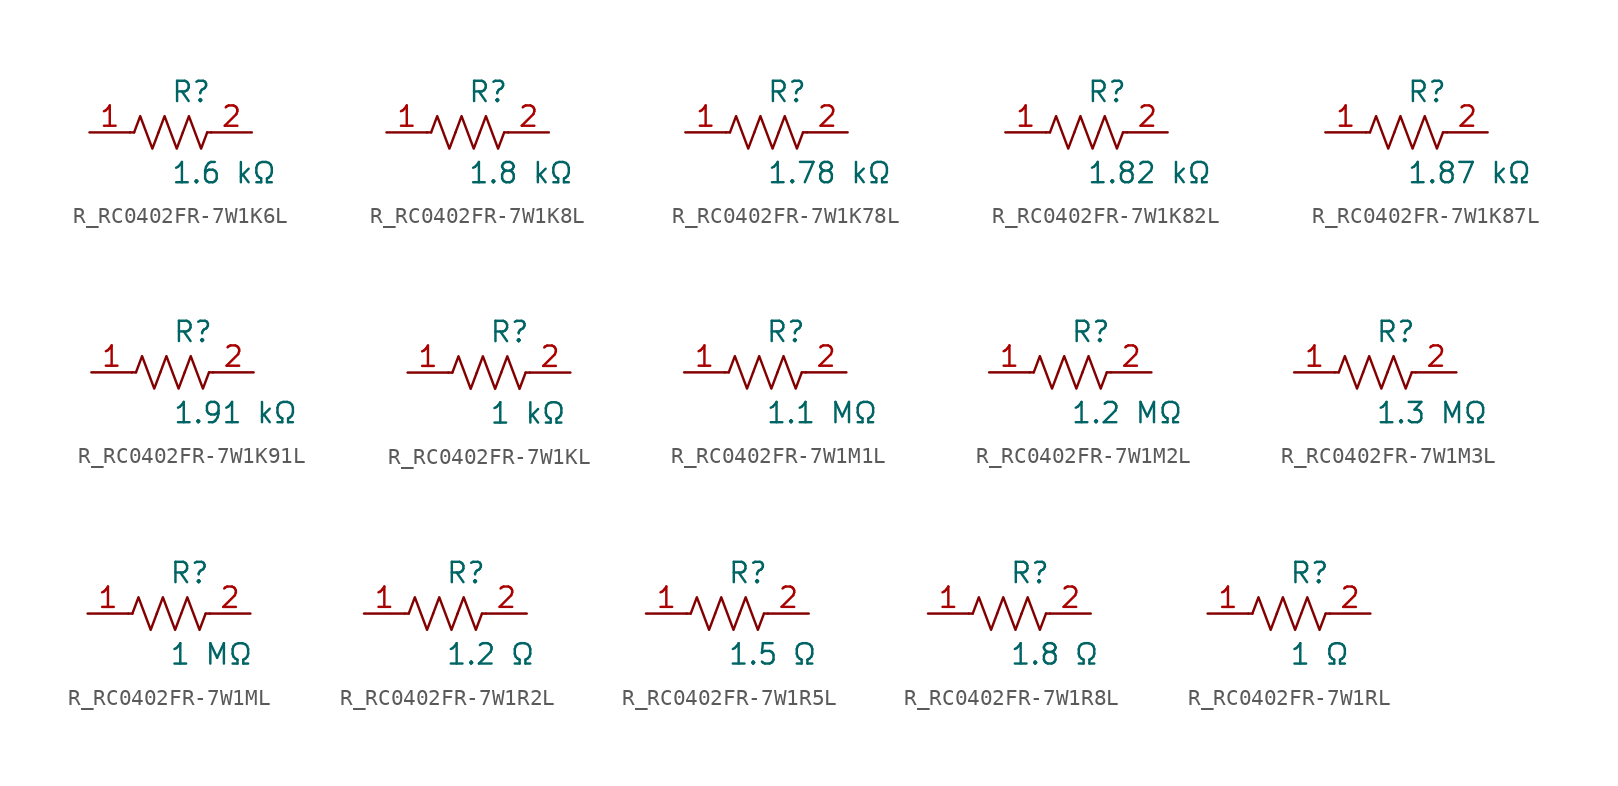
<source format=kicad_sym>
(kicad_symbol_lib
  (version 20231120)
  (generator kicad_symbol_editor)
  (generator_version 8.0)
  (symbol "R_RC0402FR-7W1K6L"
    (pin_names
      (offset 0.254))
    (property "Reference" "R"
      (at 0 2.54 0)
      (effects (font (size 1.27 1.27)) (justify left)))
    (property "Value" "1.6 kΩ"
      (at 0 -2.54 0)
      (effects (font (size 1.27 1.27)) (justify left)))
    (symbol "R_RC0402FR-7W1K6L_0_1"
      (polyline (pts (xy 2.286 0) (xy 2.54 0)) (stroke (width 0) (type default)) (fill (type none)))
      (polyline (pts (xy -2.286 0) (xy -2.54 0)) (stroke (width 0) (type default)) (fill (type none)))
      (polyline (pts (xy 0.762 0) (xy 1.143 1.016) (xy 1.524 0) (xy 1.905 -1.016) (xy 2.286 0)) (stroke (width 0) (type default)) (fill (type none)))
      (polyline (pts (xy -0.762 0) (xy -0.381 1.016) (xy 0 0) (xy 0.381 -1.016) (xy 0.762 0)) (stroke (width 0) (type default)) (fill (type none)))
      (polyline (pts (xy -2.286 0) (xy -1.905 1.016) (xy -1.524 0) (xy -1.143 -1.016) (xy -0.762 0)) (stroke (width 0) (type default)) (fill (type none))))
    (pin passive line
      (at -5.08 0 0)
      (length 2.54)
      (name "" (effects (font (size 1.27 1.27))))
      (number "1" (effects (font (size 1.27 1.27)))))
    (pin passive line
      (at 5.08 0 180)
      (length 2.54)
      (name "" (effects (font (size 1.27 1.27))))
      (number "2" (effects (font (size 1.27 1.27))))))
  (symbol "R_RC0402FR-7W1K8L"
    (pin_names
      (offset 0.254))
    (property "Reference" "R"
      (at 0 2.54 0)
      (effects (font (size 1.27 1.27)) (justify left)))
    (property "Value" "1.8 kΩ"
      (at 0 -2.54 0)
      (effects (font (size 1.27 1.27)) (justify left)))
    (symbol "R_RC0402FR-7W1K8L_0_1"
      (polyline (pts (xy 2.286 0) (xy 2.54 0)) (stroke (width 0) (type default)) (fill (type none)))
      (polyline (pts (xy -2.286 0) (xy -2.54 0)) (stroke (width 0) (type default)) (fill (type none)))
      (polyline (pts (xy 0.762 0) (xy 1.143 1.016) (xy 1.524 0) (xy 1.905 -1.016) (xy 2.286 0)) (stroke (width 0) (type default)) (fill (type none)))
      (polyline (pts (xy -0.762 0) (xy -0.381 1.016) (xy 0 0) (xy 0.381 -1.016) (xy 0.762 0)) (stroke (width 0) (type default)) (fill (type none)))
      (polyline (pts (xy -2.286 0) (xy -1.905 1.016) (xy -1.524 0) (xy -1.143 -1.016) (xy -0.762 0)) (stroke (width 0) (type default)) (fill (type none))))
    (pin passive line
      (at -5.08 0 0)
      (length 2.54)
      (name "" (effects (font (size 1.27 1.27))))
      (number "1" (effects (font (size 1.27 1.27)))))
    (pin passive line
      (at 5.08 0 180)
      (length 2.54)
      (name "" (effects (font (size 1.27 1.27))))
      (number "2" (effects (font (size 1.27 1.27))))))
  (symbol "R_RC0402FR-7W1K78L"
    (pin_names
      (offset 0.254))
    (property "Reference" "R"
      (at 0 2.54 0)
      (effects (font (size 1.27 1.27)) (justify left)))
    (property "Value" "1.78 kΩ"
      (at 0 -2.54 0)
      (effects (font (size 1.27 1.27)) (justify left)))
    (symbol "R_RC0402FR-7W1K78L_0_1"
      (polyline (pts (xy 2.286 0) (xy 2.54 0)) (stroke (width 0) (type default)) (fill (type none)))
      (polyline (pts (xy -2.286 0) (xy -2.54 0)) (stroke (width 0) (type default)) (fill (type none)))
      (polyline (pts (xy 0.762 0) (xy 1.143 1.016) (xy 1.524 0) (xy 1.905 -1.016) (xy 2.286 0)) (stroke (width 0) (type default)) (fill (type none)))
      (polyline (pts (xy -0.762 0) (xy -0.381 1.016) (xy 0 0) (xy 0.381 -1.016) (xy 0.762 0)) (stroke (width 0) (type default)) (fill (type none)))
      (polyline (pts (xy -2.286 0) (xy -1.905 1.016) (xy -1.524 0) (xy -1.143 -1.016) (xy -0.762 0)) (stroke (width 0) (type default)) (fill (type none))))
    (pin passive line
      (at -5.08 0 0)
      (length 2.54)
      (name "" (effects (font (size 1.27 1.27))))
      (number "1" (effects (font (size 1.27 1.27)))))
    (pin passive line
      (at 5.08 0 180)
      (length 2.54)
      (name "" (effects (font (size 1.27 1.27))))
      (number "2" (effects (font (size 1.27 1.27))))))
  (symbol "R_RC0402FR-7W1K82L"
    (pin_names
      (offset 0.254))
    (property "Reference" "R"
      (at 0 2.54 0)
      (effects (font (size 1.27 1.27)) (justify left)))
    (property "Value" "1.82 kΩ"
      (at 0 -2.54 0)
      (effects (font (size 1.27 1.27)) (justify left)))
    (symbol "R_RC0402FR-7W1K82L_0_1"
      (polyline (pts (xy 2.286 0) (xy 2.54 0)) (stroke (width 0) (type default)) (fill (type none)))
      (polyline (pts (xy -2.286 0) (xy -2.54 0)) (stroke (width 0) (type default)) (fill (type none)))
      (polyline (pts (xy 0.762 0) (xy 1.143 1.016) (xy 1.524 0) (xy 1.905 -1.016) (xy 2.286 0)) (stroke (width 0) (type default)) (fill (type none)))
      (polyline (pts (xy -0.762 0) (xy -0.381 1.016) (xy 0 0) (xy 0.381 -1.016) (xy 0.762 0)) (stroke (width 0) (type default)) (fill (type none)))
      (polyline (pts (xy -2.286 0) (xy -1.905 1.016) (xy -1.524 0) (xy -1.143 -1.016) (xy -0.762 0)) (stroke (width 0) (type default)) (fill (type none))))
    (pin passive line
      (at -5.08 0 0)
      (length 2.54)
      (name "" (effects (font (size 1.27 1.27))))
      (number "1" (effects (font (size 1.27 1.27)))))
    (pin passive line
      (at 5.08 0 180)
      (length 2.54)
      (name "" (effects (font (size 1.27 1.27))))
      (number "2" (effects (font (size 1.27 1.27))))))
  (symbol "R_RC0402FR-7W1K87L"
    (pin_names
      (offset 0.254))
    (property "Reference" "R"
      (at 0 2.54 0)
      (effects (font (size 1.27 1.27)) (justify left)))
    (property "Value" "1.87 kΩ"
      (at 0 -2.54 0)
      (effects (font (size 1.27 1.27)) (justify left)))
    (symbol "R_RC0402FR-7W1K87L_0_1"
      (polyline (pts (xy 2.286 0) (xy 2.54 0)) (stroke (width 0) (type default)) (fill (type none)))
      (polyline (pts (xy -2.286 0) (xy -2.54 0)) (stroke (width 0) (type default)) (fill (type none)))
      (polyline (pts (xy 0.762 0) (xy 1.143 1.016) (xy 1.524 0) (xy 1.905 -1.016) (xy 2.286 0)) (stroke (width 0) (type default)) (fill (type none)))
      (polyline (pts (xy -0.762 0) (xy -0.381 1.016) (xy 0 0) (xy 0.381 -1.016) (xy 0.762 0)) (stroke (width 0) (type default)) (fill (type none)))
      (polyline (pts (xy -2.286 0) (xy -1.905 1.016) (xy -1.524 0) (xy -1.143 -1.016) (xy -0.762 0)) (stroke (width 0) (type default)) (fill (type none))))
    (pin passive line
      (at -5.08 0 0)
      (length 2.54)
      (name "" (effects (font (size 1.27 1.27))))
      (number "1" (effects (font (size 1.27 1.27)))))
    (pin passive line
      (at 5.08 0 180)
      (length 2.54)
      (name "" (effects (font (size 1.27 1.27))))
      (number "2" (effects (font (size 1.27 1.27))))))
  (symbol "R_RC0402FR-7W1K91L"
    (pin_names
      (offset 0.254))
    (property "Reference" "R"
      (at 0 2.54 0)
      (effects (font (size 1.27 1.27)) (justify left)))
    (property "Value" "1.91 kΩ"
      (at 0 -2.54 0)
      (effects (font (size 1.27 1.27)) (justify left)))
    (symbol "R_RC0402FR-7W1K91L_0_1"
      (polyline (pts (xy 2.286 0) (xy 2.54 0)) (stroke (width 0) (type default)) (fill (type none)))
      (polyline (pts (xy -2.286 0) (xy -2.54 0)) (stroke (width 0) (type default)) (fill (type none)))
      (polyline (pts (xy 0.762 0) (xy 1.143 1.016) (xy 1.524 0) (xy 1.905 -1.016) (xy 2.286 0)) (stroke (width 0) (type default)) (fill (type none)))
      (polyline (pts (xy -0.762 0) (xy -0.381 1.016) (xy 0 0) (xy 0.381 -1.016) (xy 0.762 0)) (stroke (width 0) (type default)) (fill (type none)))
      (polyline (pts (xy -2.286 0) (xy -1.905 1.016) (xy -1.524 0) (xy -1.143 -1.016) (xy -0.762 0)) (stroke (width 0) (type default)) (fill (type none))))
    (pin passive line
      (at -5.08 0 0)
      (length 2.54)
      (name "" (effects (font (size 1.27 1.27))))
      (number "1" (effects (font (size 1.27 1.27)))))
    (pin passive line
      (at 5.08 0 180)
      (length 2.54)
      (name "" (effects (font (size 1.27 1.27))))
      (number "2" (effects (font (size 1.27 1.27))))))
  (symbol "R_RC0402FR-7W1KL"
    (pin_names
      (offset 0.254))
    (property "Reference" "R"
      (at 0 2.54 0)
      (effects (font (size 1.27 1.27)) (justify left)))
    (property "Value" "1 kΩ"
      (at 0 -2.54 0)
      (effects (font (size 1.27 1.27)) (justify left)))
    (symbol "R_RC0402FR-7W1KL_0_1"
      (polyline (pts (xy 2.286 0) (xy 2.54 0)) (stroke (width 0) (type default)) (fill (type none)))
      (polyline (pts (xy -2.286 0) (xy -2.54 0)) (stroke (width 0) (type default)) (fill (type none)))
      (polyline (pts (xy 0.762 0) (xy 1.143 1.016) (xy 1.524 0) (xy 1.905 -1.016) (xy 2.286 0)) (stroke (width 0) (type default)) (fill (type none)))
      (polyline (pts (xy -0.762 0) (xy -0.381 1.016) (xy 0 0) (xy 0.381 -1.016) (xy 0.762 0)) (stroke (width 0) (type default)) (fill (type none)))
      (polyline (pts (xy -2.286 0) (xy -1.905 1.016) (xy -1.524 0) (xy -1.143 -1.016) (xy -0.762 0)) (stroke (width 0) (type default)) (fill (type none))))
    (pin passive line
      (at -5.08 0 0)
      (length 2.54)
      (name "" (effects (font (size 1.27 1.27))))
      (number "1" (effects (font (size 1.27 1.27)))))
    (pin passive line
      (at 5.08 0 180)
      (length 2.54)
      (name "" (effects (font (size 1.27 1.27))))
      (number "2" (effects (font (size 1.27 1.27))))))
  (symbol "R_RC0402FR-7W1M1L"
    (pin_names
      (offset 0.254))
    (property "Reference" "R"
      (at 0 2.54 0)
      (effects (font (size 1.27 1.27)) (justify left)))
    (property "Value" "1.1 MΩ"
      (at 0 -2.54 0)
      (effects (font (size 1.27 1.27)) (justify left)))
    (symbol "R_RC0402FR-7W1M1L_0_1"
      (polyline (pts (xy 2.286 0) (xy 2.54 0)) (stroke (width 0) (type default)) (fill (type none)))
      (polyline (pts (xy -2.286 0) (xy -2.54 0)) (stroke (width 0) (type default)) (fill (type none)))
      (polyline (pts (xy 0.762 0) (xy 1.143 1.016) (xy 1.524 0) (xy 1.905 -1.016) (xy 2.286 0)) (stroke (width 0) (type default)) (fill (type none)))
      (polyline (pts (xy -0.762 0) (xy -0.381 1.016) (xy 0 0) (xy 0.381 -1.016) (xy 0.762 0)) (stroke (width 0) (type default)) (fill (type none)))
      (polyline (pts (xy -2.286 0) (xy -1.905 1.016) (xy -1.524 0) (xy -1.143 -1.016) (xy -0.762 0)) (stroke (width 0) (type default)) (fill (type none))))
    (pin passive line
      (at -5.08 0 0)
      (length 2.54)
      (name "" (effects (font (size 1.27 1.27))))
      (number "1" (effects (font (size 1.27 1.27)))))
    (pin passive line
      (at 5.08 0 180)
      (length 2.54)
      (name "" (effects (font (size 1.27 1.27))))
      (number "2" (effects (font (size 1.27 1.27))))))
  (symbol "R_RC0402FR-7W1M2L"
    (pin_names
      (offset 0.254))
    (property "Reference" "R"
      (at 0 2.54 0)
      (effects (font (size 1.27 1.27)) (justify left)))
    (property "Value" "1.2 MΩ"
      (at 0 -2.54 0)
      (effects (font (size 1.27 1.27)) (justify left)))
    (symbol "R_RC0402FR-7W1M2L_0_1"
      (polyline (pts (xy 2.286 0) (xy 2.54 0)) (stroke (width 0) (type default)) (fill (type none)))
      (polyline (pts (xy -2.286 0) (xy -2.54 0)) (stroke (width 0) (type default)) (fill (type none)))
      (polyline (pts (xy 0.762 0) (xy 1.143 1.016) (xy 1.524 0) (xy 1.905 -1.016) (xy 2.286 0)) (stroke (width 0) (type default)) (fill (type none)))
      (polyline (pts (xy -0.762 0) (xy -0.381 1.016) (xy 0 0) (xy 0.381 -1.016) (xy 0.762 0)) (stroke (width 0) (type default)) (fill (type none)))
      (polyline (pts (xy -2.286 0) (xy -1.905 1.016) (xy -1.524 0) (xy -1.143 -1.016) (xy -0.762 0)) (stroke (width 0) (type default)) (fill (type none))))
    (pin passive line
      (at -5.08 0 0)
      (length 2.54)
      (name "" (effects (font (size 1.27 1.27))))
      (number "1" (effects (font (size 1.27 1.27)))))
    (pin passive line
      (at 5.08 0 180)
      (length 2.54)
      (name "" (effects (font (size 1.27 1.27))))
      (number "2" (effects (font (size 1.27 1.27))))))
  (symbol "R_RC0402FR-7W1M3L"
    (pin_names
      (offset 0.254))
    (property "Reference" "R"
      (at 0 2.54 0)
      (effects (font (size 1.27 1.27)) (justify left)))
    (property "Value" "1.3 MΩ"
      (at 0 -2.54 0)
      (effects (font (size 1.27 1.27)) (justify left)))
    (symbol "R_RC0402FR-7W1M3L_0_1"
      (polyline (pts (xy 2.286 0) (xy 2.54 0)) (stroke (width 0) (type default)) (fill (type none)))
      (polyline (pts (xy -2.286 0) (xy -2.54 0)) (stroke (width 0) (type default)) (fill (type none)))
      (polyline (pts (xy 0.762 0) (xy 1.143 1.016) (xy 1.524 0) (xy 1.905 -1.016) (xy 2.286 0)) (stroke (width 0) (type default)) (fill (type none)))
      (polyline (pts (xy -0.762 0) (xy -0.381 1.016) (xy 0 0) (xy 0.381 -1.016) (xy 0.762 0)) (stroke (width 0) (type default)) (fill (type none)))
      (polyline (pts (xy -2.286 0) (xy -1.905 1.016) (xy -1.524 0) (xy -1.143 -1.016) (xy -0.762 0)) (stroke (width 0) (type default)) (fill (type none))))
    (pin passive line
      (at -5.08 0 0)
      (length 2.54)
      (name "" (effects (font (size 1.27 1.27))))
      (number "1" (effects (font (size 1.27 1.27)))))
    (pin passive line
      (at 5.08 0 180)
      (length 2.54)
      (name "" (effects (font (size 1.27 1.27))))
      (number "2" (effects (font (size 1.27 1.27))))))
  (symbol "R_RC0402FR-7W1ML"
    (pin_names
      (offset 0.254))
    (property "Reference" "R"
      (at 0 2.54 0)
      (effects (font (size 1.27 1.27)) (justify left)))
    (property "Value" "1 MΩ"
      (at 0 -2.54 0)
      (effects (font (size 1.27 1.27)) (justify left)))
    (symbol "R_RC0402FR-7W1ML_0_1"
      (polyline (pts (xy 2.286 0) (xy 2.54 0)) (stroke (width 0) (type default)) (fill (type none)))
      (polyline (pts (xy -2.286 0) (xy -2.54 0)) (stroke (width 0) (type default)) (fill (type none)))
      (polyline (pts (xy 0.762 0) (xy 1.143 1.016) (xy 1.524 0) (xy 1.905 -1.016) (xy 2.286 0)) (stroke (width 0) (type default)) (fill (type none)))
      (polyline (pts (xy -0.762 0) (xy -0.381 1.016) (xy 0 0) (xy 0.381 -1.016) (xy 0.762 0)) (stroke (width 0) (type default)) (fill (type none)))
      (polyline (pts (xy -2.286 0) (xy -1.905 1.016) (xy -1.524 0) (xy -1.143 -1.016) (xy -0.762 0)) (stroke (width 0) (type default)) (fill (type none))))
    (pin passive line
      (at -5.08 0 0)
      (length 2.54)
      (name "" (effects (font (size 1.27 1.27))))
      (number "1" (effects (font (size 1.27 1.27)))))
    (pin passive line
      (at 5.08 0 180)
      (length 2.54)
      (name "" (effects (font (size 1.27 1.27))))
      (number "2" (effects (font (size 1.27 1.27))))))
  (symbol "R_RC0402FR-7W1R2L"
    (pin_names
      (offset 0.254))
    (property "Reference" "R"
      (at 0 2.54 0)
      (effects (font (size 1.27 1.27)) (justify left)))
    (property "Value" "1.2 Ω"
      (at 0 -2.54 0)
      (effects (font (size 1.27 1.27)) (justify left)))
    (symbol "R_RC0402FR-7W1R2L_0_1"
      (polyline (pts (xy 2.286 0) (xy 2.54 0)) (stroke (width 0) (type default)) (fill (type none)))
      (polyline (pts (xy -2.286 0) (xy -2.54 0)) (stroke (width 0) (type default)) (fill (type none)))
      (polyline (pts (xy 0.762 0) (xy 1.143 1.016) (xy 1.524 0) (xy 1.905 -1.016) (xy 2.286 0)) (stroke (width 0) (type default)) (fill (type none)))
      (polyline (pts (xy -0.762 0) (xy -0.381 1.016) (xy 0 0) (xy 0.381 -1.016) (xy 0.762 0)) (stroke (width 0) (type default)) (fill (type none)))
      (polyline (pts (xy -2.286 0) (xy -1.905 1.016) (xy -1.524 0) (xy -1.143 -1.016) (xy -0.762 0)) (stroke (width 0) (type default)) (fill (type none))))
    (pin passive line
      (at -5.08 0 0)
      (length 2.54)
      (name "" (effects (font (size 1.27 1.27))))
      (number "1" (effects (font (size 1.27 1.27)))))
    (pin passive line
      (at 5.08 0 180)
      (length 2.54)
      (name "" (effects (font (size 1.27 1.27))))
      (number "2" (effects (font (size 1.27 1.27))))))
  (symbol "R_RC0402FR-7W1R5L"
    (pin_names
      (offset 0.254))
    (property "Reference" "R"
      (at 0 2.54 0)
      (effects (font (size 1.27 1.27)) (justify left)))
    (property "Value" "1.5 Ω"
      (at 0 -2.54 0)
      (effects (font (size 1.27 1.27)) (justify left)))
    (symbol "R_RC0402FR-7W1R5L_0_1"
      (polyline (pts (xy 2.286 0) (xy 2.54 0)) (stroke (width 0) (type default)) (fill (type none)))
      (polyline (pts (xy -2.286 0) (xy -2.54 0)) (stroke (width 0) (type default)) (fill (type none)))
      (polyline (pts (xy 0.762 0) (xy 1.143 1.016) (xy 1.524 0) (xy 1.905 -1.016) (xy 2.286 0)) (stroke (width 0) (type default)) (fill (type none)))
      (polyline (pts (xy -0.762 0) (xy -0.381 1.016) (xy 0 0) (xy 0.381 -1.016) (xy 0.762 0)) (stroke (width 0) (type default)) (fill (type none)))
      (polyline (pts (xy -2.286 0) (xy -1.905 1.016) (xy -1.524 0) (xy -1.143 -1.016) (xy -0.762 0)) (stroke (width 0) (type default)) (fill (type none))))
    (pin passive line
      (at -5.08 0 0)
      (length 2.54)
      (name "" (effects (font (size 1.27 1.27))))
      (number "1" (effects (font (size 1.27 1.27)))))
    (pin passive line
      (at 5.08 0 180)
      (length 2.54)
      (name "" (effects (font (size 1.27 1.27))))
      (number "2" (effects (font (size 1.27 1.27))))))
  (symbol "R_RC0402FR-7W1R8L"
    (pin_names
      (offset 0.254))
    (property "Reference" "R"
      (at 0 2.54 0)
      (effects (font (size 1.27 1.27)) (justify left)))
    (property "Value" "1.8 Ω"
      (at 0 -2.54 0)
      (effects (font (size 1.27 1.27)) (justify left)))
    (symbol "R_RC0402FR-7W1R8L_0_1"
      (polyline (pts (xy 2.286 0) (xy 2.54 0)) (stroke (width 0) (type default)) (fill (type none)))
      (polyline (pts (xy -2.286 0) (xy -2.54 0)) (stroke (width 0) (type default)) (fill (type none)))
      (polyline (pts (xy 0.762 0) (xy 1.143 1.016) (xy 1.524 0) (xy 1.905 -1.016) (xy 2.286 0)) (stroke (width 0) (type default)) (fill (type none)))
      (polyline (pts (xy -0.762 0) (xy -0.381 1.016) (xy 0 0) (xy 0.381 -1.016) (xy 0.762 0)) (stroke (width 0) (type default)) (fill (type none)))
      (polyline (pts (xy -2.286 0) (xy -1.905 1.016) (xy -1.524 0) (xy -1.143 -1.016) (xy -0.762 0)) (stroke (width 0) (type default)) (fill (type none))))
    (pin passive line
      (at -5.08 0 0)
      (length 2.54)
      (name "" (effects (font (size 1.27 1.27))))
      (number "1" (effects (font (size 1.27 1.27)))))
    (pin passive line
      (at 5.08 0 180)
      (length 2.54)
      (name "" (effects (font (size 1.27 1.27))))
      (number "2" (effects (font (size 1.27 1.27))))))
  (symbol "R_RC0402FR-7W1RL"
    (pin_names
      (offset 0.254))
    (property "Reference" "R"
      (at 0 2.54 0)
      (effects (font (size 1.27 1.27)) (justify left)))
    (property "Value" "1 Ω"
      (at 0 -2.54 0)
      (effects (font (size 1.27 1.27)) (justify left)))
    (symbol "R_RC0402FR-7W1RL_0_1"
      (polyline (pts (xy 2.286 0) (xy 2.54 0)) (stroke (width 0) (type default)) (fill (type none)))
      (polyline (pts (xy -2.286 0) (xy -2.54 0)) (stroke (width 0) (type default)) (fill (type none)))
      (polyline (pts (xy 0.762 0) (xy 1.143 1.016) (xy 1.524 0) (xy 1.905 -1.016) (xy 2.286 0)) (stroke (width 0) (type default)) (fill (type none)))
      (polyline (pts (xy -0.762 0) (xy -0.381 1.016) (xy 0 0) (xy 0.381 -1.016) (xy 0.762 0)) (stroke (width 0) (type default)) (fill (type none)))
      (polyline (pts (xy -2.286 0) (xy -1.905 1.016) (xy -1.524 0) (xy -1.143 -1.016) (xy -0.762 0)) (stroke (width 0) (type default)) (fill (type none))))
    (pin passive line
      (at -5.08 0 0)
      (length 2.54)
      (name "" (effects (font (size 1.27 1.27))))
      (number "1" (effects (font (size 1.27 1.27)))))
    (pin passive line
      (at 5.08 0 180)
      (length 2.54)
      (name "" (effects (font (size 1.27 1.27))))
      (number "2" (effects (font (size 1.27 1.27)))))))
</source>
